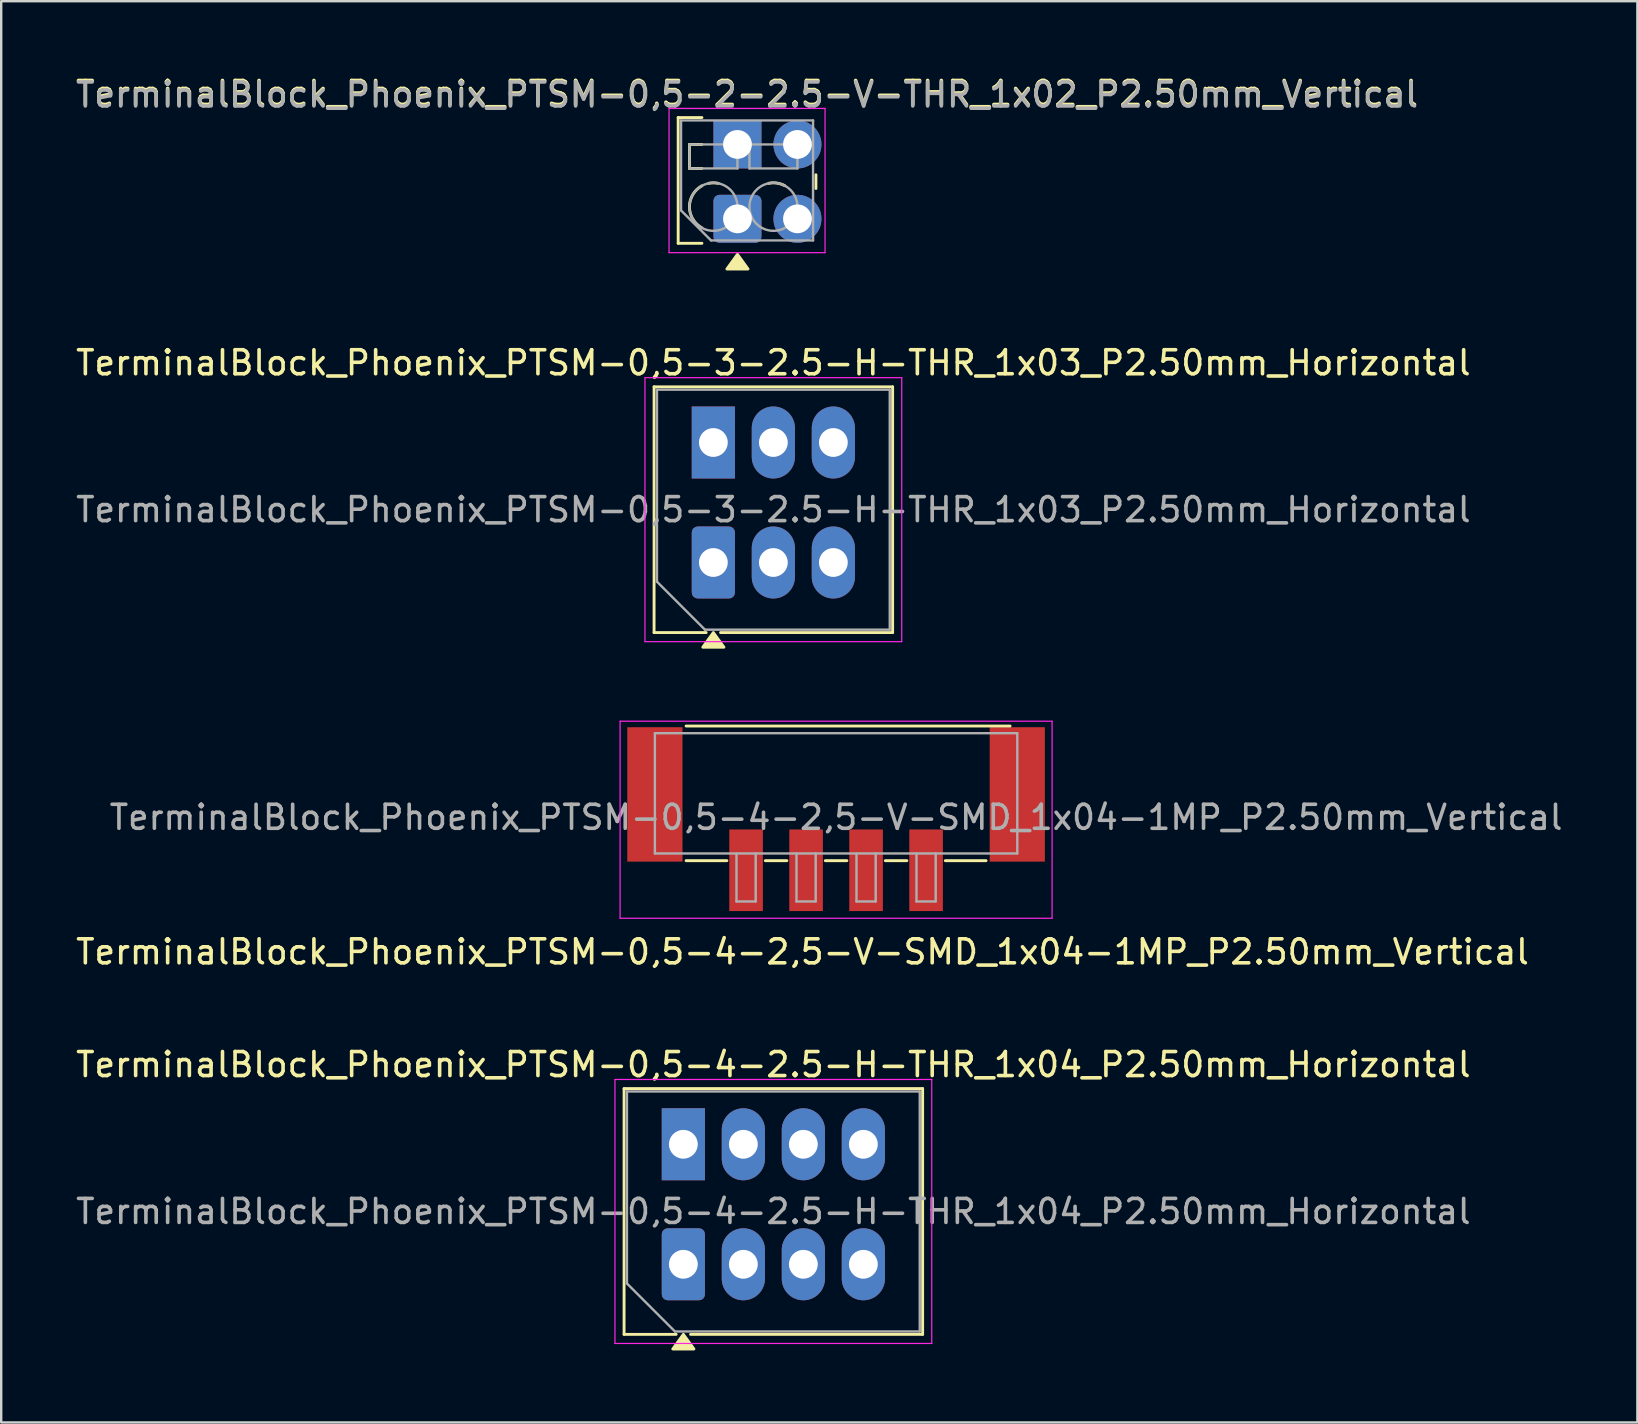
<source format=kicad_pcb>
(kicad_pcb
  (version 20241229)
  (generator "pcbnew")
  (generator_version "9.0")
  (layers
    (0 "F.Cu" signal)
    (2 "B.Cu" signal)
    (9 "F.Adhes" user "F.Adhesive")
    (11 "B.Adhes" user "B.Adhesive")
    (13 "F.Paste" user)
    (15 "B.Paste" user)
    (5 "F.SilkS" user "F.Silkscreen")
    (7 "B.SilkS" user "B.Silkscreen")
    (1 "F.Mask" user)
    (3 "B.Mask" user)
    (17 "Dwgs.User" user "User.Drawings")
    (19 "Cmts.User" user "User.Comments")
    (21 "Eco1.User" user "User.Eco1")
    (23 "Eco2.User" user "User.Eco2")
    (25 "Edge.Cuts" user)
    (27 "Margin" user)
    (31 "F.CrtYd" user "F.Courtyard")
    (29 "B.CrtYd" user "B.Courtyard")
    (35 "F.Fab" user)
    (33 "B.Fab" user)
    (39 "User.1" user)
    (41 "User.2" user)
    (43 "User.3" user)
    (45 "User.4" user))
  (footprint "TerminalBlock_Phoenix_PTSM-0,5-4-2.5-H-THR_1x04_P2.50mm_Horizontal"
    (layer "F.Cu")
    (at 25.423 49.628)
    (property "Reference" "TerminalBlock_Phoenix_PTSM-0,5-4-2.5-H-THR_1x04_P2.50mm_Horizontal" (at 3.75 -8.32 0) (layer "F.SilkS") (effects (font (size 1 1) (thickness 0.15))))
    (attr through_hole)
    (fp_line (start -2.47 -7.32) (end 9.97 -7.32) (stroke (width 0.12) (type solid)) (layer "F.SilkS"))
    (fp_line (start -2.47 2.92) (end -2.47 -7.32) (stroke (width 0.12) (type solid)) (layer "F.SilkS"))
    (fp_line (start -0.3 2.92) (end -2.47 2.92) (stroke (width 0.12) (type solid)) (layer "F.SilkS"))
    (fp_line (start 9.97 -7.32) (end 9.97 2.92) (stroke (width 0.12) (type solid)) (layer "F.SilkS"))
    (fp_line (start 9.97 2.92) (end 0.3 2.92) (stroke (width 0.12) (type solid)) (layer "F.SilkS"))
    (fp_poly (pts (xy 0 2.92) (xy 0.44 3.53) (xy -0.44 3.53)) (stroke (width 0.12) (type solid)) (fill yes) (layer "F.SilkS"))
    (fp_line (start -2.85 -7.7) (end -2.85 3.3) (stroke (width 0.05) (type solid)) (layer "F.CrtYd"))
    (fp_line (start -2.85 3.3) (end 10.35 3.3) (stroke (width 0.05) (type solid)) (layer "F.CrtYd"))
    (fp_line (start 10.35 -7.7) (end -2.85 -7.7) (stroke (width 0.05) (type solid)) (layer "F.CrtYd"))
    (fp_line (start 10.35 3.3) (end 10.35 -7.7) (stroke (width 0.05) (type solid)) (layer "F.CrtYd"))
    (fp_line (start -2.35 -7.2) (end 9.85 -7.2) (stroke (width 0.1) (type solid)) (layer "F.Fab"))
    (fp_line (start -2.35 0.8) (end -2.35 -7.2) (stroke (width 0.1) (type solid)) (layer "F.Fab"))
    (fp_line (start -0.35 2.8) (end -2.35 0.8) (stroke (width 0.1) (type solid)) (layer "F.Fab"))
    (fp_line (start 9.85 -7.2) (end 9.85 2.8) (stroke (width 0.1) (type solid)) (layer "F.Fab"))
    (fp_line (start 9.85 2.8) (end -0.35 2.8) (stroke (width 0.1) (type solid)) (layer "F.Fab"))
    (fp_text user "${REFERENCE}" (at 3.75 -2.2 0) (layer "F.Fab") (effects (font (size 1 1) (thickness 0.15))))
    (pad "1" thru_hole rect (at 0 -5) (size 1.8 3) (drill 1.2) (layers "*.Cu" "*.Mask"))
    (pad "1" thru_hole roundrect (at 0 0) (size 1.8 3) (drill 1.2) (layers "*.Cu" "*.Mask") (roundrect_rratio 0.139))
    (pad "2" thru_hole oval (at 2.5 -5) (size 1.8 3) (drill 1.2) (layers "*.Cu" "*.Mask"))
    (pad "2" thru_hole oval (at 2.5 0) (size 1.8 3) (drill 1.2) (layers "*.Cu" "*.Mask"))
    (pad "3" thru_hole oval (at 5 -5) (size 1.8 3) (drill 1.2) (layers "*.Cu" "*.Mask"))
    (pad "3" thru_hole oval (at 5 0) (size 1.8 3) (drill 1.2) (layers "*.Cu" "*.Mask"))
    (pad "4" thru_hole oval (at 7.5 -5) (size 1.8 3) (drill 1.2) (layers "*.Cu" "*.Mask"))
    (pad "4" thru_hole oval (at 7.5 0) (size 1.8 3) (drill 1.2) (layers "*.Cu" "*.Mask")))
  (footprint "TerminalBlock_Phoenix_PTSM-0,5-2-2.5-V-THR_1x02_P2.50mm_Vertical"
    (layer "F.Cu")
    (at 27.677 6.068)
    (property "Reference" "TerminalBlock_Phoenix_PTSM-0,5-2-2.5-V-THR_1x02_P2.50mm_Vertical" (at 0.4 -5.22 0) (layer "F.SilkS") (effects (font (size 1 1) (thickness 0.15))))
    (attr through_hole)
    (fp_line (start -2.47 -4.22) (end -1.48 -4.22) (stroke (width 0.12) (type solid)) (layer "F.SilkS"))
    (fp_line (start -2.47 1.02) (end -2.47 -4.22) (stroke (width 0.12) (type solid)) (layer "F.SilkS"))
    (fp_line (start -2 -3.1) (end -1.48 -3.1) (stroke (width 0.12) (type solid)) (layer "F.SilkS"))
    (fp_line (start -2 -2.1) (end -2 -3.1) (stroke (width 0.12) (type solid)) (layer "F.SilkS"))
    (fp_line (start -1.48 -2.1) (end -2 -2.1) (stroke (width 0.12) (type solid)) (layer "F.SilkS"))
    (fp_line (start -1.48 1.02) (end -2.47 1.02) (stroke (width 0.12) (type solid)) (layer "F.SilkS"))
    (fp_line (start 3.27 -1.836) (end 3.27 -1.264) (stroke (width 0.12) (type solid)) (layer "F.SilkS"))
    (fp_arc (start -1.48 0.377) (mid -2 -0.5) (end -1.48 -1.377) (stroke (width 0.12) (type solid)) (layer "F.SilkS"))
    (fp_arc (start -1.199 -1.48) (mid -1 -1.5) (end -0.801 -1.48) (stroke (width 0.12) (type solid)) (layer "F.SilkS"))
    (fp_arc (start 1.301 -1.48) (mid 1.644617 -1.48991) (end 1.971 -1.382) (stroke (width 0.12) (type solid)) (layer "F.SilkS"))
    (fp_poly (pts (xy 0 1.48) (xy 0.44 2.09) (xy -0.44 2.09)) (stroke (width 0.12) (type solid)) (fill yes) (layer "F.SilkS"))
    (fp_line (start -2.85 -4.6) (end -2.85 1.41) (stroke (width 0.05) (type solid)) (layer "F.CrtYd"))
    (fp_line (start -2.85 1.41) (end 3.65 1.41) (stroke (width 0.05) (type solid)) (layer "F.CrtYd"))
    (fp_line (start 3.65 -4.6) (end -2.85 -4.6) (stroke (width 0.05) (type solid)) (layer "F.CrtYd"))
    (fp_line (start 3.65 1.41) (end 3.65 -4.6) (stroke (width 0.05) (type solid)) (layer "F.CrtYd"))
    (fp_line (start -2.35 -4.1) (end 3.15 -4.1) (stroke (width 0.1) (type solid)) (layer "F.Fab"))
    (fp_line (start -2.35 -0.35) (end -2.35 -4.1) (stroke (width 0.1) (type solid)) (layer "F.Fab"))
    (fp_line (start -2 -3.1) (end -2 -2.1) (stroke (width 0.1) (type solid)) (layer "F.Fab"))
    (fp_line (start -2 -2.1) (end 0 -2.1) (stroke (width 0.1) (type solid)) (layer "F.Fab"))
    (fp_line (start -1.1 0.9) (end -2.35 -0.35) (stroke (width 0.1) (type solid)) (layer "F.Fab"))
    (fp_line (start 0 -3.1) (end -2 -3.1) (stroke (width 0.1) (type solid)) (layer "F.Fab"))
    (fp_line (start 0 -2.1) (end 0 -3.1) (stroke (width 0.1) (type solid)) (layer "F.Fab"))
    (fp_line (start 0.5 -3.1) (end 0.5 -2.1) (stroke (width 0.1) (type solid)) (layer "F.Fab"))
    (fp_line (start 0.5 -2.1) (end 2.5 -2.1) (stroke (width 0.1) (type solid)) (layer "F.Fab"))
    (fp_line (start 2.5 -3.1) (end 0.5 -3.1) (stroke (width 0.1) (type solid)) (layer "F.Fab"))
    (fp_line (start 2.5 -2.1) (end 2.5 -3.1) (stroke (width 0.1) (type solid)) (layer "F.Fab"))
    (fp_line (start 3.15 -4.1) (end 3.15 0.9) (stroke (width 0.1) (type solid)) (layer "F.Fab"))
    (fp_line (start 3.15 0.9) (end -1.1 0.9) (stroke (width 0.1) (type solid)) (layer "F.Fab"))
    (fp_circle (center -1 -0.5) (end 0 -0.5) (stroke (width 0.1) (type solid)) (fill no) (layer "F.Fab"))
    (fp_circle (center 1.5 -0.5) (end 2.5 -0.5) (stroke (width 0.1) (type solid)) (fill no) (layer "F.Fab"))
    (fp_text user "${REFERENCE}" (at 0.4 -5.16 0) (layer "F.Fab") (effects (font (size 1 1) (thickness 0.15))))
    (pad "1" thru_hole rect (at 0 -3.1) (size 2 2) (drill 1.2) (layers "*.Cu" "*.Mask"))
    (pad "1" thru_hole roundrect (at 0 0) (size 2 2) (drill 1.2) (layers "*.Cu" "*.Mask") (roundrect_rratio 0.125))
    (pad "2" thru_hole circle (at 2.5 -3.1) (size 2 2) (drill 1.2) (layers "*.Cu" "*.Mask"))
    (pad "2" thru_hole circle (at 2.5 0) (size 2 2) (drill 1.2) (layers "*.Cu" "*.Mask")))
  (footprint "TerminalBlock_Phoenix_PTSM-0,5-3-2.5-H-THR_1x03_P2.50mm_Horizontal"
    (layer "F.Cu")
    (at 26.673 20.387)
    (property "Reference" "TerminalBlock_Phoenix_PTSM-0,5-3-2.5-H-THR_1x03_P2.50mm_Horizontal" (at 2.5 -8.32 0) (layer "F.SilkS") (effects (font (size 1 1) (thickness 0.15))))
    (attr through_hole)
    (fp_line (start -2.47 -7.32) (end 7.47 -7.32) (stroke (width 0.12) (type solid)) (layer "F.SilkS"))
    (fp_line (start -2.47 2.92) (end -2.47 -7.32) (stroke (width 0.12) (type solid)) (layer "F.SilkS"))
    (fp_line (start -0.3 2.92) (end -2.47 2.92) (stroke (width 0.12) (type solid)) (layer "F.SilkS"))
    (fp_line (start 7.47 -7.32) (end 7.47 2.92) (stroke (width 0.12) (type solid)) (layer "F.SilkS"))
    (fp_line (start 7.47 2.92) (end 0.3 2.92) (stroke (width 0.12) (type solid)) (layer "F.SilkS"))
    (fp_poly (pts (xy 0 2.92) (xy 0.44 3.53) (xy -0.44 3.53)) (stroke (width 0.12) (type solid)) (fill yes) (layer "F.SilkS"))
    (fp_line (start -2.85 -7.7) (end -2.85 3.3) (stroke (width 0.05) (type solid)) (layer "F.CrtYd"))
    (fp_line (start -2.85 3.3) (end 7.85 3.3) (stroke (width 0.05) (type solid)) (layer "F.CrtYd"))
    (fp_line (start 7.85 -7.7) (end -2.85 -7.7) (stroke (width 0.05) (type solid)) (layer "F.CrtYd"))
    (fp_line (start 7.85 3.3) (end 7.85 -7.7) (stroke (width 0.05) (type solid)) (layer "F.CrtYd"))
    (fp_line (start -2.35 -7.2) (end 7.35 -7.2) (stroke (width 0.1) (type solid)) (layer "F.Fab"))
    (fp_line (start -2.35 0.8) (end -2.35 -7.2) (stroke (width 0.1) (type solid)) (layer "F.Fab"))
    (fp_line (start -0.35 2.8) (end -2.35 0.8) (stroke (width 0.1) (type solid)) (layer "F.Fab"))
    (fp_line (start 7.35 -7.2) (end 7.35 2.8) (stroke (width 0.1) (type solid)) (layer "F.Fab"))
    (fp_line (start 7.35 2.8) (end -0.35 2.8) (stroke (width 0.1) (type solid)) (layer "F.Fab"))
    (fp_text user "${REFERENCE}" (at 2.5 -2.2 0) (layer "F.Fab") (effects (font (size 1 1) (thickness 0.15))))
    (pad "1" thru_hole rect (at 0 -5) (size 1.8 3) (drill 1.2) (layers "*.Cu" "*.Mask"))
    (pad "1" thru_hole roundrect (at 0 0) (size 1.8 3) (drill 1.2) (layers "*.Cu" "*.Mask") (roundrect_rratio 0.139))
    (pad "2" thru_hole oval (at 2.5 -5) (size 1.8 3) (drill 1.2) (layers "*.Cu" "*.Mask"))
    (pad "2" thru_hole oval (at 2.5 0) (size 1.8 3) (drill 1.2) (layers "*.Cu" "*.Mask"))
    (pad "3" thru_hole oval (at 5 -5) (size 1.8 3) (drill 1.2) (layers "*.Cu" "*.Mask"))
    (pad "3" thru_hole oval (at 5 0) (size 1.8 3) (drill 1.2) (layers "*.Cu" "*.Mask")))
  (footprint "TerminalBlock_Phoenix_PTSM-0,5-4-2,5-V-SMD_1x04-1MP_P2.50mm_Vertical"
    (layer "F.Cu")
    (at 31.787 31.081)
    (property "Reference" "TerminalBlock_Phoenix_PTSM-0,5-4-2,5-V-SMD_1x04-1MP_P2.50mm_Vertical" (at -1.4 5.53 0) (layer "F.SilkS") (effects (font (size 1 1) (thickness 0.15))))
    (attr smd)
    (fp_line (start -6.25 -3.88) (end 7.25 -3.88) (stroke (width 0.12) (type solid)) (layer "F.SilkS"))
    (fp_line (start -4.55 1.73) (end -6.25 1.73) (stroke (width 0.12) (type solid)) (layer "F.SilkS"))
    (fp_line (start -2.05 1.73) (end -2.95 1.73) (stroke (width 0.12) (type solid)) (layer "F.SilkS"))
    (fp_line (start 0.45 1.73) (end -0.45 1.73) (stroke (width 0.12) (type solid)) (layer "F.SilkS"))
    (fp_line (start 2.95 1.73) (end 2.05 1.73) (stroke (width 0.12) (type solid)) (layer "F.SilkS"))
    (fp_line (start 6.25 1.73) (end 4.55 1.73) (stroke (width 0.12) (type solid)) (layer "F.SilkS"))
    (fp_line (start -9 -4.08) (end 9 -4.08) (stroke (width 0.05) (type solid)) (layer "F.CrtYd"))
    (fp_line (start -9 4.13) (end -9 -4.08) (stroke (width 0.05) (type solid)) (layer "F.CrtYd"))
    (fp_line (start 9 -4.08) (end 9 4.13) (stroke (width 0.05) (type solid)) (layer "F.CrtYd"))
    (fp_line (start 9 4.13) (end -9 4.13) (stroke (width 0.05) (type solid)) (layer "F.CrtYd"))
    (fp_line (start -7.55 -3.58) (end 7.55 -3.58) (stroke (width 0.1) (type solid)) (layer "F.Fab"))
    (fp_line (start -7.55 1.43) (end -7.55 -3.58) (stroke (width 0.1) (type solid)) (layer "F.Fab"))
    (fp_line (start -4.15 1.43) (end -4.15 3.43) (stroke (width 0.1) (type solid)) (layer "F.Fab"))
    (fp_line (start -4.15 3.43) (end -3.35 3.43) (stroke (width 0.1) (type solid)) (layer "F.Fab"))
    (fp_line (start -3.35 1.43) (end -3.35 3.43) (stroke (width 0.1) (type solid)) (layer "F.Fab"))
    (fp_line (start -1.65 1.43) (end -1.65 3.43) (stroke (width 0.1) (type solid)) (layer "F.Fab"))
    (fp_line (start -1.65 3.43) (end -0.85 3.43) (stroke (width 0.1) (type solid)) (layer "F.Fab"))
    (fp_line (start -0.85 1.43) (end -0.85 3.43) (stroke (width 0.1) (type solid)) (layer "F.Fab"))
    (fp_line (start 0.85 1.43) (end 0.85 3.43) (stroke (width 0.1) (type solid)) (layer "F.Fab"))
    (fp_line (start 0.85 3.43) (end 1.65 3.43) (stroke (width 0.1) (type solid)) (layer "F.Fab"))
    (fp_line (start 1.65 1.43) (end 1.65 3.43) (stroke (width 0.1) (type solid)) (layer "F.Fab"))
    (fp_line (start 3.35 1.43) (end 3.35 3.43) (stroke (width 0.1) (type solid)) (layer "F.Fab"))
    (fp_line (start 3.35 3.43) (end 4.15 3.43) (stroke (width 0.1) (type solid)) (layer "F.Fab"))
    (fp_line (start 4.15 1.43) (end 4.15 3.43) (stroke (width 0.1) (type solid)) (layer "F.Fab"))
    (fp_line (start 7.55 1.43) (end -7.55 1.43) (stroke (width 0.1) (type solid)) (layer "F.Fab"))
    (fp_line (start 7.55 1.43) (end 7.55 -3.58) (stroke (width 0.1) (type solid)) (layer "F.Fab"))
    (fp_text user "${REFERENCE}" (at 0 -0.075 0) (layer "F.Fab") (effects (font (size 1 1) (thickness 0.15))))
    (pad "1" smd rect (at -3.75 2.13 180) (size 1.4 3.4) (layers "F.Cu" "F.Mask" "F.Paste"))
    (pad "2" smd rect (at -1.25 2.13 180) (size 1.4 3.4) (layers "F.Cu" "F.Mask" "F.Paste"))
    (pad "3" smd rect (at 1.25 2.13 180) (size 1.4 3.4) (layers "F.Cu" "F.Mask" "F.Paste"))
    (pad "4" smd rect (at 3.75 2.13 180) (size 1.4 3.4) (layers "F.Cu" "F.Mask" "F.Paste"))
    (pad "MP" smd rect (at -7.55 -1.03 180) (size 2.3 5.6) (layers "F.Cu" "F.Mask" "F.Paste"))
    (pad "MP" smd rect (at 7.55 -1.03 180) (size 2.3 5.6) (layers "F.Cu" "F.Mask" "F.Paste")))
  (gr_rect
    (start -3 -3)
    (end 65.174 56.218)
    (stroke (width 0.1) (type default))
    (fill no)
    (layer "Edge.Cuts")))
</source>
